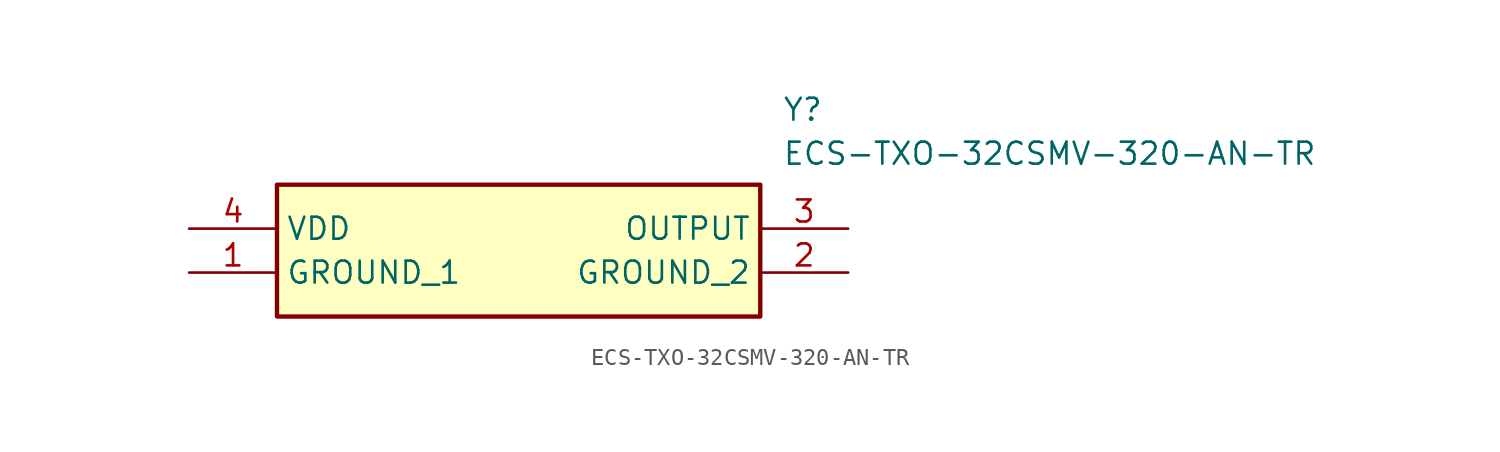
<source format=kicad_sym>
(kicad_symbol_lib
  (version 20211014)
  (generator SamacSys_ECAD_Model)
  (symbol "ECS-TXO-32CSMV-320-AN-TR"
    (property "Reference" "Y"
      (at 34.29 7.62 0)
      (effects (font (size 1.27 1.27)) (justify left top)))
    (property "Value" "ECS-TXO-32CSMV-320-AN-TR"
      (at 34.29 5.08 0)
      (effects (font (size 1.27 1.27)) (justify left top)))
    (rectangle
      (start 5.08 2.54)
      (end 33.02 -5.08)
      (stroke (width 0.254) (type default))
      (fill (type background)))
    (pin passive line
      (at 0 -2.54 0)
      (length 5.08)
      (name "GROUND_1" (effects (font (size 1.27 1.27))))
      (number "1" (effects (font (size 1.27 1.27)))))
    (pin passive line
      (at 38.1 -2.54 180)
      (length 5.08)
      (name "GROUND_2" (effects (font (size 1.27 1.27))))
      (number "2" (effects (font (size 1.27 1.27)))))
    (pin passive line
      (at 38.1 0 180)
      (length 5.08)
      (name "OUTPUT" (effects (font (size 1.27 1.27))))
      (number "3" (effects (font (size 1.27 1.27)))))
    (pin passive line
      (at 0 0 0)
      (length 5.08)
      (name "VDD" (effects (font (size 1.27 1.27))))
      (number "4" (effects (font (size 1.27 1.27)))))))
</source>
